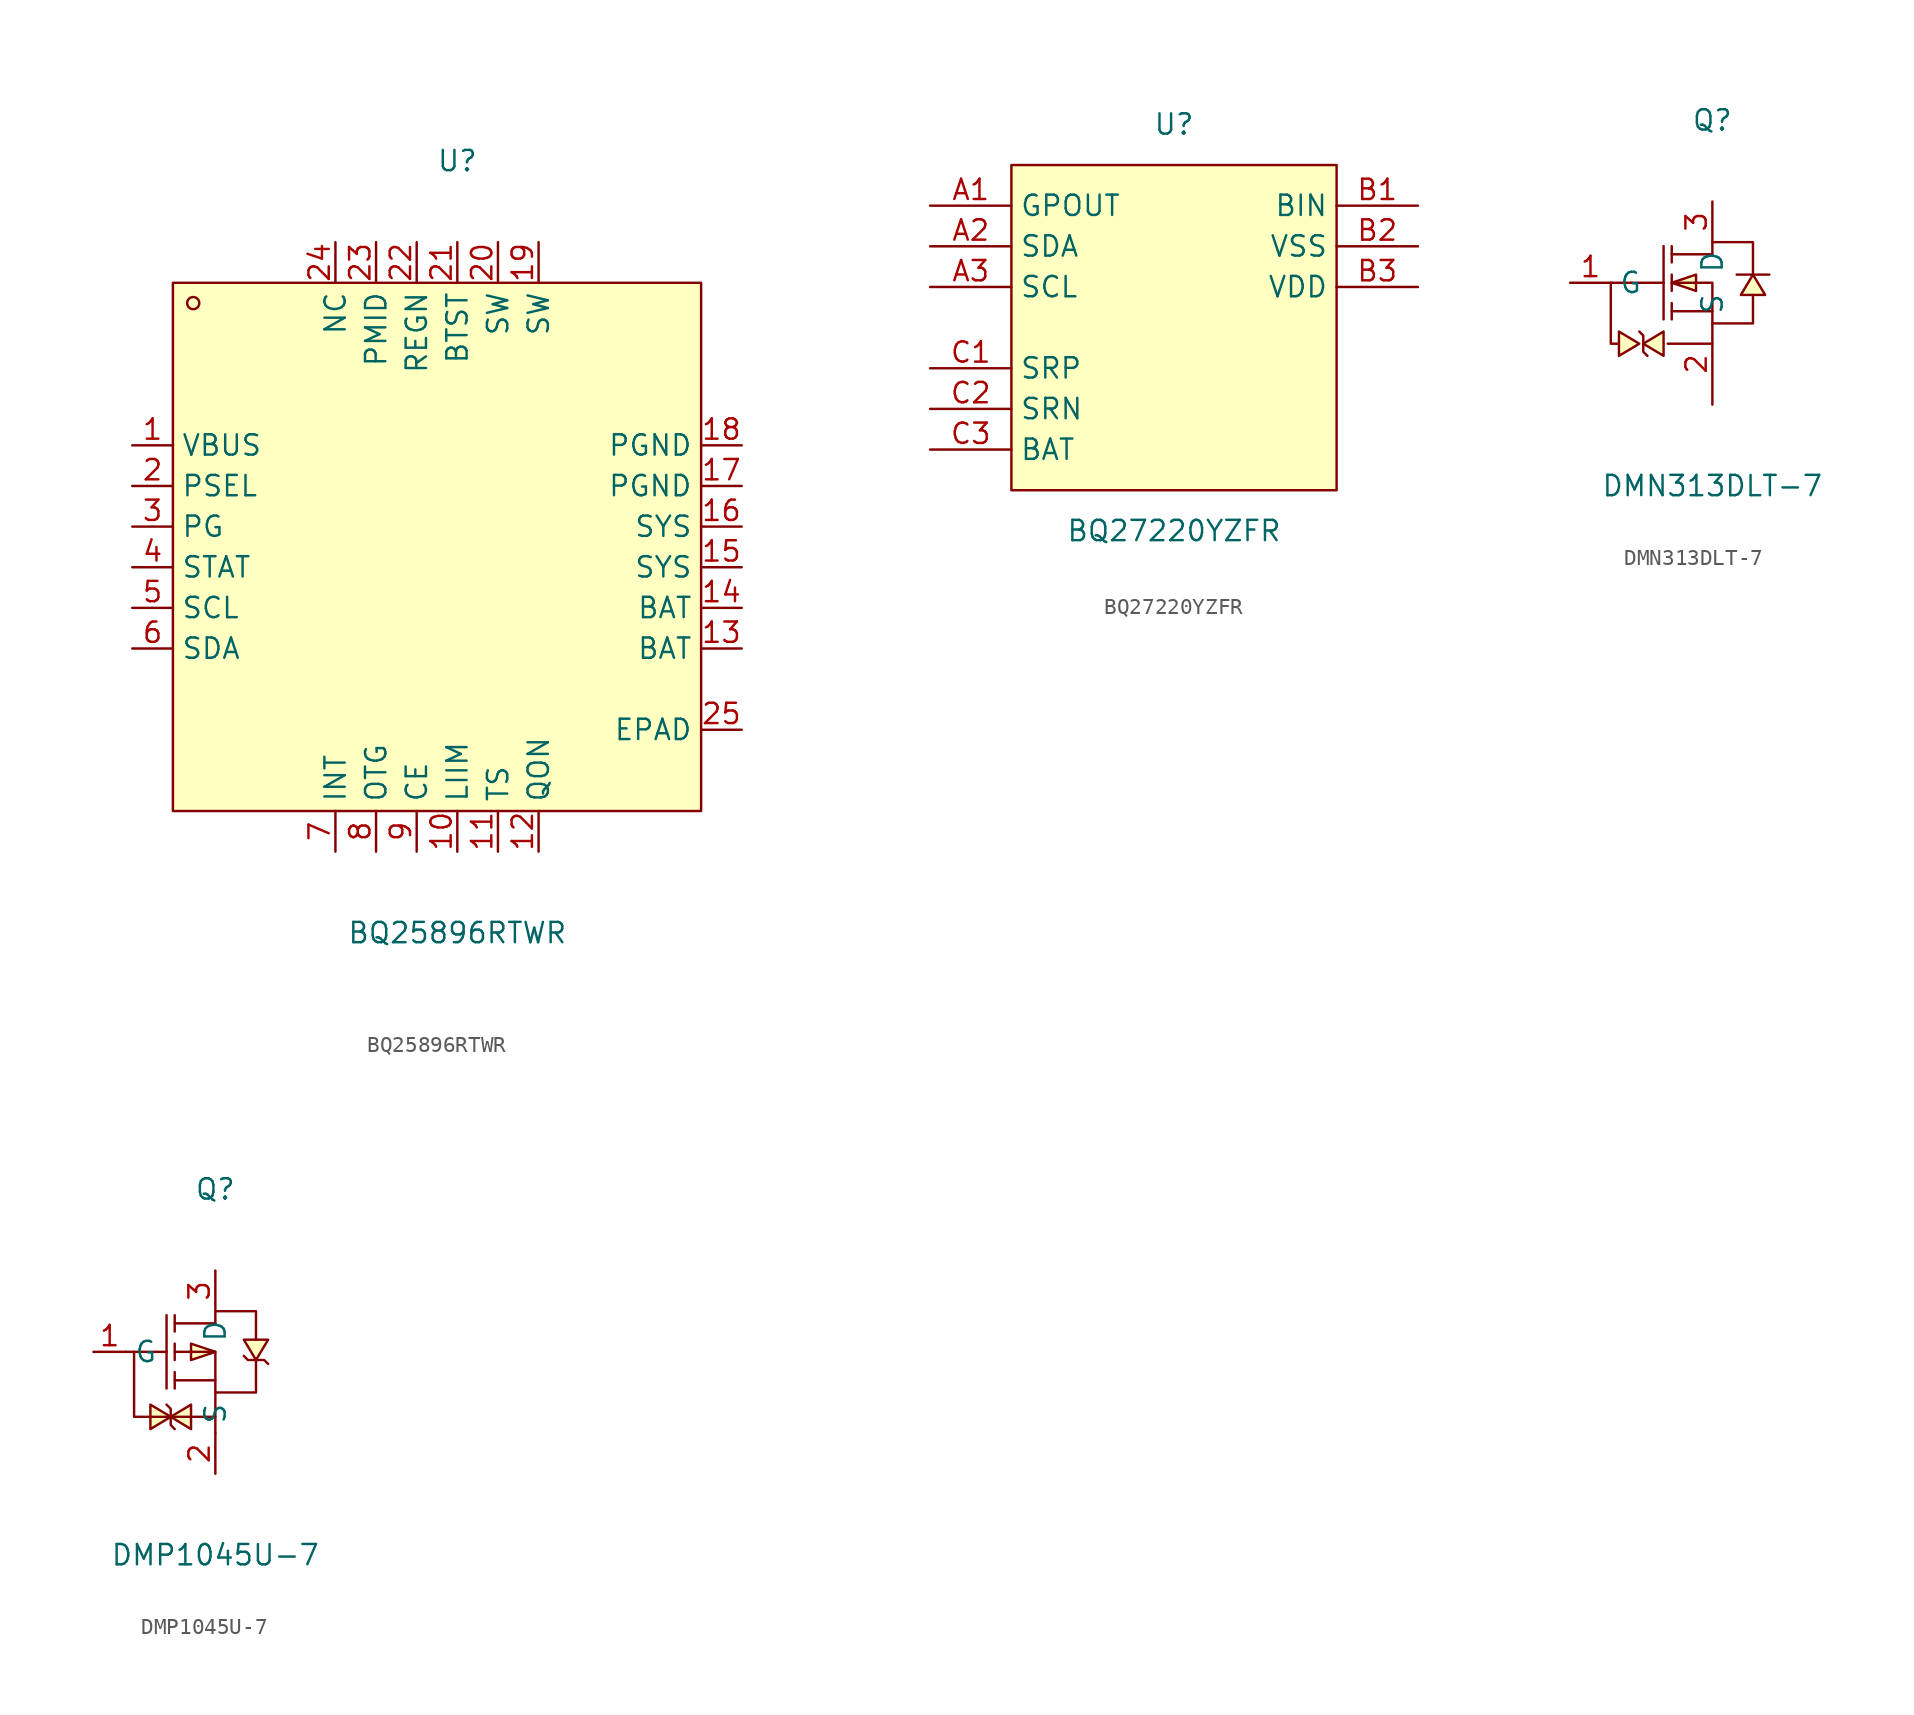
<source format=kicad_sym>
(kicad_symbol_lib
  (version 20211014)
  (generator https://github.com/uPesy/easyeda2kicad.py)
  (symbol "BQ25896RTWR"
    (property "Reference" "U"
      (at 0 22.86 0)
      (effects (font (size 1.27 1.27))))
    (property "Value" "BQ25896RTWR"
      (at 0 -25.40 0)
      (effects (font (size 1.27 1.27))))
    (symbol "BQ25896RTWR_0_1"
      (rectangle (start -17.78 15.24) (end 15.24 -17.78) (stroke (width 0) (type default) (color 0 0 0 0)) (fill (type background)))
      (circle (center -16.51 13.97) (radius 0.38) (stroke (width 0) (type default) (color 0 0 0 0)) (fill (type none)))
      (pin unspecified line (at -20.32 5.08 0) (length 2.54) (name "VBUS" (effects (font (size 1.27 1.27)))) (number "1" (effects (font (size 1.27 1.27)))))
      (pin unspecified line (at -20.32 2.54 0) (length 2.54) (name "PSEL" (effects (font (size 1.27 1.27)))) (number "2" (effects (font (size 1.27 1.27)))))
      (pin unspecified line (at -20.32 -0.00 0) (length 2.54) (name "PG" (effects (font (size 1.27 1.27)))) (number "3" (effects (font (size 1.27 1.27)))))
      (pin unspecified line (at -20.32 -2.54 0) (length 2.54) (name "STAT" (effects (font (size 1.27 1.27)))) (number "4" (effects (font (size 1.27 1.27)))))
      (pin unspecified line (at -20.32 -5.08 0) (length 2.54) (name "SCL" (effects (font (size 1.27 1.27)))) (number "5" (effects (font (size 1.27 1.27)))))
      (pin unspecified line (at -20.32 -7.62 0) (length 2.54) (name "SDA" (effects (font (size 1.27 1.27)))) (number "6" (effects (font (size 1.27 1.27)))))
      (pin unspecified line (at -7.62 -20.32 90) (length 2.54) (name "INT" (effects (font (size 1.27 1.27)))) (number "7" (effects (font (size 1.27 1.27)))))
      (pin unspecified line (at -5.08 -20.32 90) (length 2.54) (name "OTG" (effects (font (size 1.27 1.27)))) (number "8" (effects (font (size 1.27 1.27)))))
      (pin unspecified line (at -2.54 -20.32 90) (length 2.54) (name "CE" (effects (font (size 1.27 1.27)))) (number "9" (effects (font (size 1.27 1.27)))))
      (pin unspecified line (at 0.00 -20.32 90) (length 2.54) (name "LIIM" (effects (font (size 1.27 1.27)))) (number "10" (effects (font (size 1.27 1.27)))))
      (pin unspecified line (at 2.54 -20.32 90) (length 2.54) (name "TS" (effects (font (size 1.27 1.27)))) (number "11" (effects (font (size 1.27 1.27)))))
      (pin unspecified line (at 5.08 -20.32 90) (length 2.54) (name "QON" (effects (font (size 1.27 1.27)))) (number "12" (effects (font (size 1.27 1.27)))))
      (pin unspecified line (at 17.78 -7.62 180) (length 2.54) (name "BAT" (effects (font (size 1.27 1.27)))) (number "13" (effects (font (size 1.27 1.27)))))
      (pin unspecified line (at 17.78 -5.08 180) (length 2.54) (name "BAT" (effects (font (size 1.27 1.27)))) (number "14" (effects (font (size 1.27 1.27)))))
      (pin unspecified line (at 17.78 -2.54 180) (length 2.54) (name "SYS" (effects (font (size 1.27 1.27)))) (number "15" (effects (font (size 1.27 1.27)))))
      (pin unspecified line (at 17.78 -0.00 180) (length 2.54) (name "SYS" (effects (font (size 1.27 1.27)))) (number "16" (effects (font (size 1.27 1.27)))))
      (pin unspecified line (at 17.78 2.54 180) (length 2.54) (name "PGND" (effects (font (size 1.27 1.27)))) (number "17" (effects (font (size 1.27 1.27)))))
      (pin unspecified line (at 17.78 5.08 180) (length 2.54) (name "PGND" (effects (font (size 1.27 1.27)))) (number "18" (effects (font (size 1.27 1.27)))))
      (pin unspecified line (at 5.08 17.78 270) (length 2.54) (name "SW" (effects (font (size 1.27 1.27)))) (number "19" (effects (font (size 1.27 1.27)))))
      (pin unspecified line (at 2.54 17.78 270) (length 2.54) (name "SW" (effects (font (size 1.27 1.27)))) (number "20" (effects (font (size 1.27 1.27)))))
      (pin unspecified line (at 0.00 17.78 270) (length 2.54) (name "BTST" (effects (font (size 1.27 1.27)))) (number "21" (effects (font (size 1.27 1.27)))))
      (pin unspecified line (at -2.54 17.78 270) (length 2.54) (name "REGN" (effects (font (size 1.27 1.27)))) (number "22" (effects (font (size 1.27 1.27)))))
      (pin unspecified line (at -5.08 17.78 270) (length 2.54) (name "PMID" (effects (font (size 1.27 1.27)))) (number "23" (effects (font (size 1.27 1.27)))))
      (pin unspecified line (at -7.62 17.78 270) (length 2.54) (name "NC" (effects (font (size 1.27 1.27)))) (number "24" (effects (font (size 1.27 1.27)))))
      (pin unspecified line (at 17.78 -12.70 180) (length 2.54) (name "EPAD" (effects (font (size 1.27 1.27)))) (number "25" (effects (font (size 1.27 1.27)))))))
  (symbol "BQ27220YZFR"
    (property "Reference" "U"
      (at 0 15.24 0)
      (effects (font (size 1.27 1.27))))
    (property "Value" "BQ27220YZFR"
      (at 0 -10.16 0)
      (effects (font (size 1.27 1.27))))
    (symbol "BQ27220YZFR_0_1"
      (rectangle (start -10.16 12.70) (end 10.16 -7.62) (stroke (width 0) (type default) (color 0 0 0 0)) (fill (type background)))
      (pin unspecified line (at -15.24 10.16 0) (length 5.08) (name "GPOUT" (effects (font (size 1.27 1.27)))) (number "A1" (effects (font (size 1.27 1.27)))))
      (pin unspecified line (at -15.24 7.62 0) (length 5.08) (name "SDA" (effects (font (size 1.27 1.27)))) (number "A2" (effects (font (size 1.27 1.27)))))
      (pin unspecified line (at -15.24 5.08 0) (length 5.08) (name "SCL" (effects (font (size 1.27 1.27)))) (number "A3" (effects (font (size 1.27 1.27)))))
      (pin unspecified line (at -15.24 -0.00 0) (length 5.08) (name "SRP" (effects (font (size 1.27 1.27)))) (number "C1" (effects (font (size 1.27 1.27)))))
      (pin unspecified line (at -15.24 -2.54 0) (length 5.08) (name "SRN" (effects (font (size 1.27 1.27)))) (number "C2" (effects (font (size 1.27 1.27)))))
      (pin unspecified line (at -15.24 -5.08 0) (length 5.08) (name "BAT" (effects (font (size 1.27 1.27)))) (number "C3" (effects (font (size 1.27 1.27)))))
      (pin unspecified line (at 15.24 10.16 180) (length 5.08) (name "BIN" (effects (font (size 1.27 1.27)))) (number "B1" (effects (font (size 1.27 1.27)))))
      (pin unspecified line (at 15.24 7.62 180) (length 5.08) (name "VSS" (effects (font (size 1.27 1.27)))) (number "B2" (effects (font (size 1.27 1.27)))))
      (pin unspecified line (at 15.24 5.08 180) (length 5.08) (name "VDD" (effects (font (size 1.27 1.27)))) (number "B3" (effects (font (size 1.27 1.27)))))))
  (symbol "DMN313DLT-7"
    (property "Reference" "Q"
      (at 0 10.16 0)
      (effects (font (size 1.27 1.27))))
    (property "Value" "DMN313DLT-7"
      (at 0 -12.70 0)
      (effects (font (size 1.27 1.27))))
    (symbol "DMN313DLT-7_0_1"
      (polyline (pts (xy -2.54 1.78) (xy 0.00 1.78) (xy 0.00 2.54) (xy 2.54 2.54) (xy 2.54 0.51)) (stroke (width 0) (type default) (color 0 0 0 0)) (fill (type none)))
      (polyline (pts (xy -2.54 -0.00) (xy 0.00 -0.00) (xy 0.00 -2.54) (xy 2.54 -2.54) (xy 2.54 -0.76)) (stroke (width 0) (type default) (color 0 0 0 0)) (fill (type none)))
      (polyline (pts (xy 0.00 -1.78) (xy -2.54 -1.78)) (stroke (width 0) (type default) (color 0 0 0 0)) (fill (type none)))
      (polyline (pts (xy -3.05 2.29) (xy -3.05 -2.29)) (stroke (width 0) (type default) (color 0 0 0 0)) (fill (type none)))
      (polyline (pts (xy -2.54 2.29) (xy -2.54 1.27)) (stroke (width 0) (type default) (color 0 0 0 0)) (fill (type none)))
      (polyline (pts (xy -2.54 -0.51) (xy -2.54 0.51)) (stroke (width 0) (type default) (color 0 0 0 0)) (fill (type none)))
      (polyline (pts (xy -2.54 -2.29) (xy -2.54 -1.27)) (stroke (width 0) (type default) (color 0 0 0 0)) (fill (type none)))
      (polyline (pts (xy -5.08 -0.00) (xy -3.05 -0.00)) (stroke (width 0) (type default) (color 0 0 0 0)) (fill (type none)))
      (polyline (pts (xy 3.56 0.51) (xy 3.05 0.51) (xy 2.03 0.51) (xy 1.52 0.51)) (stroke (width 0) (type default) (color 0 0 0 0)) (fill (type none)))
      (polyline (pts (xy -4.32 -3.81) (xy -4.32 -3.30) (xy -4.57 -3.05)) (stroke (width 0) (type default) (color 0 0 0 0)) (fill (type none)))
      (polyline (pts (xy -4.32 -3.81) (xy -4.32 -4.32) (xy -4.06 -4.57)) (stroke (width 0) (type default) (color 0 0 0 0)) (fill (type none)))
      (polyline (pts (xy -6.35 -0.00) (xy -6.35 -3.81) (xy -5.84 -3.81)) (stroke (width 0) (type default) (color 0 0 0 0)) (fill (type none)))
      (polyline (pts (xy -2.79 -3.81) (xy 0.00 -3.81)) (stroke (width 0) (type default) (color 0 0 0 0)) (fill (type none)))
      (polyline (pts (xy -6.35 -0.00) (xy -5.08 -0.00)) (stroke (width 0) (type default) (color 0 0 0 0)) (fill (type none)))
      (polyline (pts (xy -2.54 -0.00) (xy -1.02 -0.51) (xy -1.02 0.51) (xy -2.54 -0.00)) (stroke (width 0) (type default) (color 0 0 0 0)) (fill (type background)))
      (polyline (pts (xy 2.54 0.51) (xy 1.78 -0.76) (xy 3.30 -0.76) (xy 2.54 0.51)) (stroke (width 0) (type default) (color 0 0 0 0)) (fill (type background)))
      (polyline (pts (xy -4.32 -3.81) (xy -3.05 -4.57) (xy -3.05 -3.05) (xy -4.32 -3.81)) (stroke (width 0) (type default) (color 0 0 0 0)) (fill (type background)))
      (polyline (pts (xy -4.57 -3.81) (xy -5.84 -3.05) (xy -5.84 -4.57) (xy -4.57 -3.81)) (stroke (width 0) (type default) (color 0 0 0 0)) (fill (type background)))
      (pin unspecified line (at 0.00 5.08 270) (length 2.54) (name "D" (effects (font (size 1.27 1.27)))) (number "3" (effects (font (size 1.27 1.27)))))
      (pin unspecified line (at -8.89 -0.00 0) (length 2.54) (name "G" (effects (font (size 1.27 1.27)))) (number "1" (effects (font (size 1.27 1.27)))))
      (pin unspecified line (at 0.00 -7.62 90) (length 5.08) (name "S" (effects (font (size 1.27 1.27)))) (number "2" (effects (font (size 1.27 1.27)))))))
  (symbol "DMP1045U-7"
    (property "Reference" "Q"
      (at 0 10.16 0)
      (effects (font (size 1.27 1.27))))
    (property "Value" "DMP1045U-7"
      (at 0 -12.70 0)
      (effects (font (size 1.27 1.27))))
    (symbol "DMP1045U-7_0_1"
      (polyline (pts (xy 0.00 -2.54) (xy 2.54 -2.54) (xy 2.54 -0.51)) (stroke (width 0) (type default) (color 0 0 0 0)) (fill (type none)))
      (polyline (pts (xy 0.00 1.78) (xy 0.00 2.54) (xy 2.54 2.54) (xy 2.54 0.76)) (stroke (width 0) (type default) (color 0 0 0 0)) (fill (type none)))
      (polyline (pts (xy 0.00 1.78) (xy -2.54 1.78)) (stroke (width 0) (type default) (color 0 0 0 0)) (fill (type none)))
      (polyline (pts (xy -2.54 -0.00) (xy 0.00 -0.00) (xy 0.00 -2.54)) (stroke (width 0) (type default) (color 0 0 0 0)) (fill (type none)))
      (polyline (pts (xy 0.00 -1.78) (xy -2.54 -1.78)) (stroke (width 0) (type default) (color 0 0 0 0)) (fill (type none)))
      (polyline (pts (xy -3.05 2.29) (xy -3.05 -2.29)) (stroke (width 0) (type default) (color 0 0 0 0)) (fill (type none)))
      (polyline (pts (xy -2.54 1.27) (xy -2.54 2.29)) (stroke (width 0) (type default) (color 0 0 0 0)) (fill (type none)))
      (polyline (pts (xy -2.54 -0.51) (xy -2.54 0.51)) (stroke (width 0) (type default) (color 0 0 0 0)) (fill (type none)))
      (polyline (pts (xy -2.54 -2.29) (xy -2.54 -1.27)) (stroke (width 0) (type default) (color 0 0 0 0)) (fill (type none)))
      (polyline (pts (xy 3.30 -0.76) (xy 3.05 -0.51) (xy 2.03 -0.51) (xy 1.78 -0.25)) (stroke (width 0) (type default) (color 0 0 0 0)) (fill (type none)))
      (polyline (pts (xy -5.59 -0.00) (xy -3.05 -0.00)) (stroke (width 0) (type default) (color 0 0 0 0)) (fill (type none)))
      (polyline (pts (xy 0.00 -4.06) (xy -5.08 -4.06) (xy -5.08 -1.52) (xy -5.08 -0.00)) (stroke (width 0) (type default) (color 0 0 0 0)) (fill (type none)))
      (polyline (pts (xy 0.00 -2.54) (xy 0.00 -5.08)) (stroke (width 0) (type default) (color 0 0 0 0)) (fill (type none)))
      (polyline (pts (xy -2.54 -4.83) (xy -2.79 -4.57) (xy -2.79 -3.56) (xy -3.05 -3.30)) (stroke (width 0) (type default) (color 0 0 0 0)) (fill (type none)))
      (polyline (pts (xy 0.00 -0.00) (xy -1.52 0.51) (xy -1.52 -0.51) (xy 0.00 -0.00)) (stroke (width 0) (type default) (color 0 0 0 0)) (fill (type background)))
      (polyline (pts (xy 2.54 -0.51) (xy 3.30 0.76) (xy 1.78 0.76) (xy 2.54 -0.51)) (stroke (width 0) (type default) (color 0 0 0 0)) (fill (type background)))
      (polyline (pts (xy -2.79 -4.06) (xy -4.06 -3.30) (xy -4.06 -4.83) (xy -2.79 -4.06)) (stroke (width 0) (type default) (color 0 0 0 0)) (fill (type background)))
      (polyline (pts (xy -2.79 -4.06) (xy -1.52 -4.83) (xy -1.52 -3.30) (xy -2.79 -4.06)) (stroke (width 0) (type default) (color 0 0 0 0)) (fill (type background)))
      (pin unspecified line (at 0.00 5.08 270) (length 2.54) (name "D" (effects (font (size 1.27 1.27)))) (number "3" (effects (font (size 1.27 1.27)))))
      (pin unspecified line (at -7.62 -0.00 0) (length 2.032) (name "G" (effects (font (size 1.27 1.27)))) (number "1" (effects (font (size 1.27 1.27)))))
      (pin unspecified line (at 0.00 -7.62 90) (length 2.54) (name "S" (effects (font (size 1.27 1.27)))) (number "2" (effects (font (size 1.27 1.27))))))))
</source>
